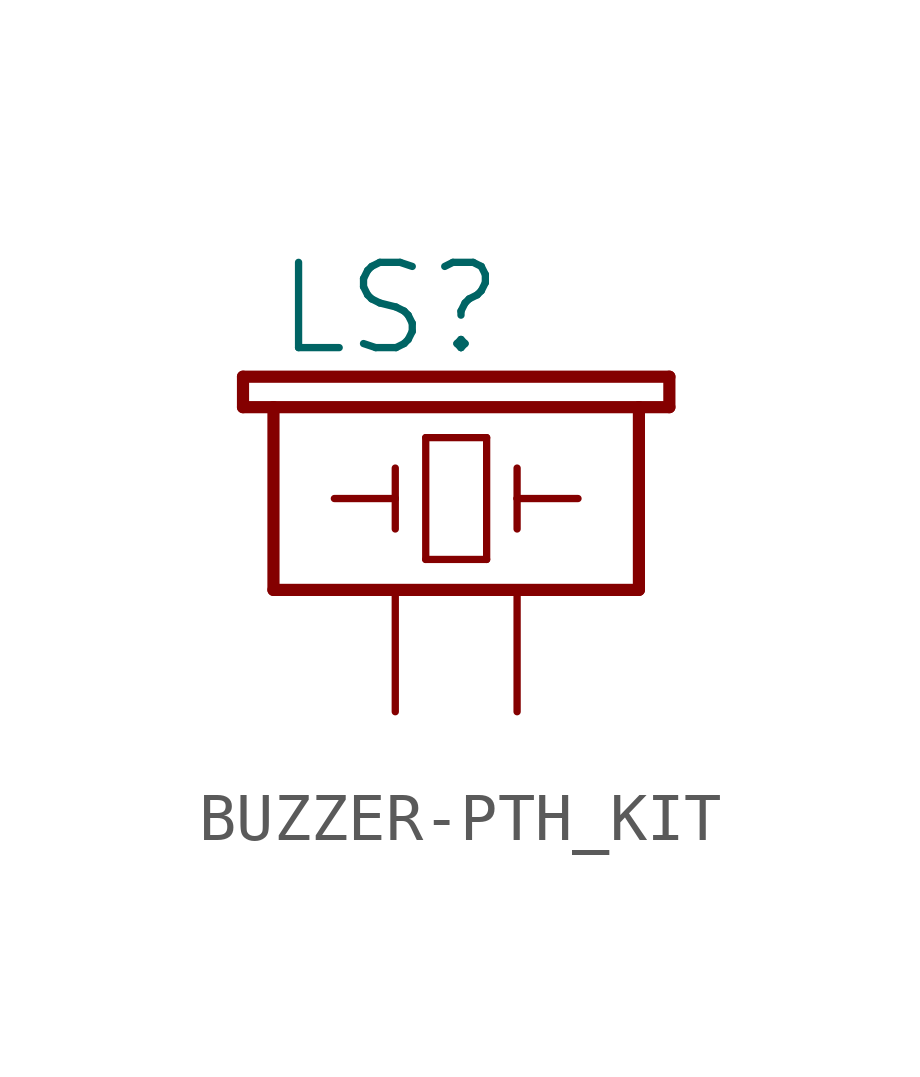
<source format=kicad_sym>
(kicad_symbol_lib
  (version 20231120)
  (generator "kicad_symbol_editor")
  (generator_version "8.0")
  (symbol "BUZZER-PTH_KIT"
    (property "Reference" "LS"
      (at -2.54 4.826 0)
      (effects (font (size 1.778 1.778)) (justify left bottom)))
    (property "Value" ""
      (at 5.334 0 0)
      (effects (font (size 1.778 1.778)) (justify left bottom)))
    (property "ki_locked" ""
      (at 0 0 0)
      (effects (font (size 1.27 1.27))))
    (symbol "BUZZER-PTH_KIT_1_0"
      (polyline (pts (xy -3.175 3.81) (xy -2.54 3.81)) (stroke (width 0.254) (type solid)) (fill (type none)))
      (polyline (pts (xy -3.175 4.445) (xy -3.175 3.81)) (stroke (width 0.254) (type solid)) (fill (type none)))
      (polyline (pts (xy -2.54 0) (xy 5.08 0)) (stroke (width 0.254) (type solid)) (fill (type none)))
      (polyline (pts (xy -2.54 3.81) (xy -2.54 0)) (stroke (width 0.254) (type solid)) (fill (type none)))
      (polyline (pts (xy -2.54 3.81) (xy 5.08 3.81)) (stroke (width 0.254) (type solid)) (fill (type none)))
      (polyline (pts (xy -1.27 1.905) (xy 0 1.905)) (stroke (width 0.152) (type solid)) (fill (type none)))
      (polyline (pts (xy 0 1.905) (xy 0 1.27)) (stroke (width 0.152) (type solid)) (fill (type none)))
      (polyline (pts (xy 0 1.905) (xy 0 2.54)) (stroke (width 0.152) (type solid)) (fill (type none)))
      (polyline (pts (xy 0.635 0.635) (xy 1.905 0.635)) (stroke (width 0.152) (type solid)) (fill (type none)))
      (polyline (pts (xy 0.635 3.175) (xy 0.635 0.635)) (stroke (width 0.152) (type solid)) (fill (type none)))
      (polyline (pts (xy 1.905 0.635) (xy 1.905 3.175)) (stroke (width 0.152) (type solid)) (fill (type none)))
      (polyline (pts (xy 1.905 3.175) (xy 0.635 3.175)) (stroke (width 0.152) (type solid)) (fill (type none)))
      (polyline (pts (xy 2.54 1.905) (xy 2.54 1.27)) (stroke (width 0.152) (type solid)) (fill (type none)))
      (polyline (pts (xy 2.54 1.905) (xy 3.81 1.905)) (stroke (width 0.152) (type solid)) (fill (type none)))
      (polyline (pts (xy 2.54 2.54) (xy 2.54 1.905)) (stroke (width 0.152) (type solid)) (fill (type none)))
      (polyline (pts (xy 5.08 0) (xy 5.08 3.81)) (stroke (width 0.254) (type solid)) (fill (type none)))
      (polyline (pts (xy 5.08 3.81) (xy 5.715 3.81)) (stroke (width 0.254) (type solid)) (fill (type none)))
      (polyline (pts (xy 5.715 3.81) (xy 5.715 4.445)) (stroke (width 0.254) (type solid)) (fill (type none)))
      (polyline (pts (xy 5.715 4.445) (xy -3.175 4.445)) (stroke (width 0.254) (type solid)) (fill (type none)))
      (pin passive line (at 0 -2.54 90) (length 2.54) (name "1" (effects (font (size 0 0)))) (number "+" (effects (font (size 0 0)))))
      (pin passive line (at 2.54 -2.54 90) (length 2.54) (name "2" (effects (font (size 0 0)))) (number "-" (effects (font (size 0 0))))))))
</source>
